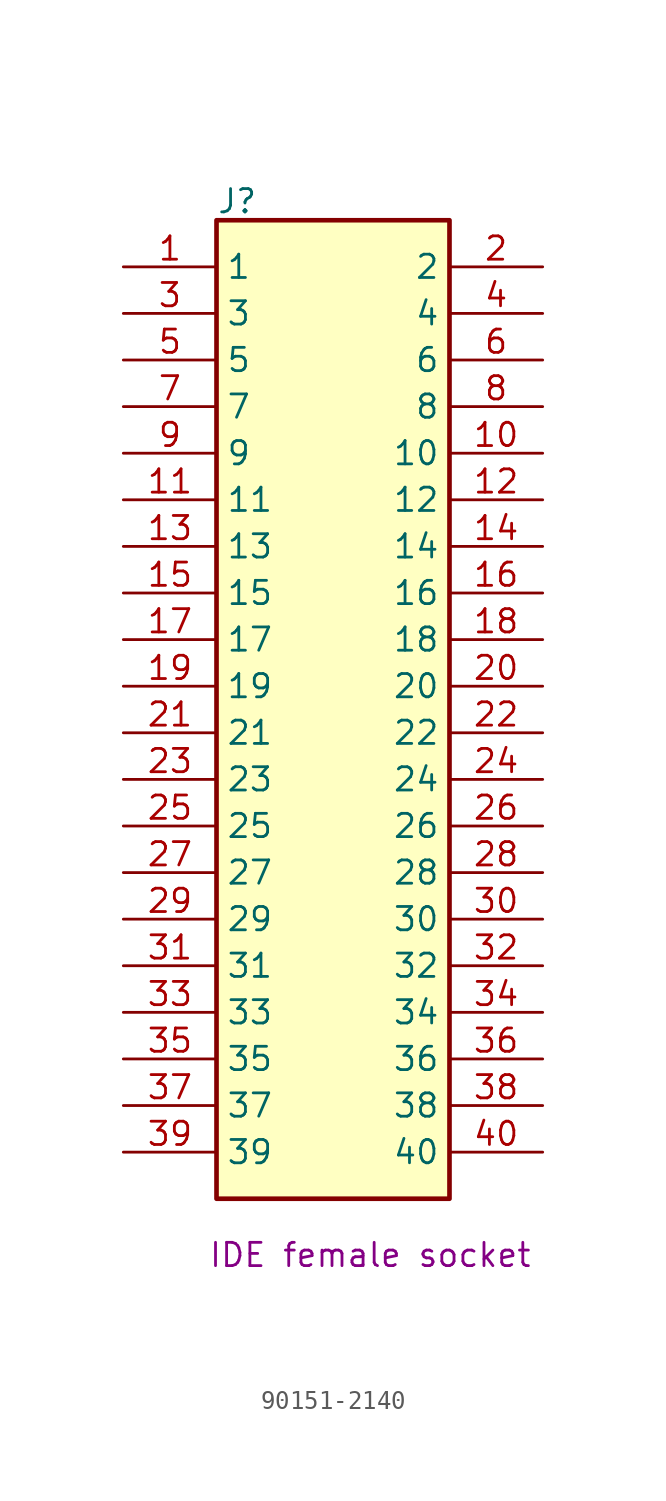
<source format=kicad_sym>
(kicad_symbol_lib
  (version 20231120)
  (generator "kicad_symbol_editor")
  (generator_version "8.0")
  (symbol "90151-2140"
    (property "Reference" "J"
      (at 5.08 4.318 0)
      (effects (font (size 1.27 1.27)) (justify left top)))
    (property "Description" "IDE female socket"
      (at 13.462 -54.61 0)
      (effects (font (size 1.27 1.27)) (justify bottom)))
    (symbol "90151-2140_1_1"
      (rectangle (start 5.08 2.54) (end 17.78 -50.8) (stroke (width 0.254) (type default)) (fill (type background)))
      (pin passive line (at 0 0 0) (length 5.08) (name "1" (effects (font (size 1.27 1.27)))) (number "1" (effects (font (size 1.27 1.27)))))
      (pin passive line (at 22.86 -10.16 180) (length 5.08) (name "10" (effects (font (size 1.27 1.27)))) (number "10" (effects (font (size 1.27 1.27)))))
      (pin passive line (at 0 -12.7 0) (length 5.08) (name "11" (effects (font (size 1.27 1.27)))) (number "11" (effects (font (size 1.27 1.27)))))
      (pin passive line (at 22.86 -12.7 180) (length 5.08) (name "12" (effects (font (size 1.27 1.27)))) (number "12" (effects (font (size 1.27 1.27)))))
      (pin passive line (at 0 -15.24 0) (length 5.08) (name "13" (effects (font (size 1.27 1.27)))) (number "13" (effects (font (size 1.27 1.27)))))
      (pin passive line (at 22.86 -15.24 180) (length 5.08) (name "14" (effects (font (size 1.27 1.27)))) (number "14" (effects (font (size 1.27 1.27)))))
      (pin passive line (at 0 -17.78 0) (length 5.08) (name "15" (effects (font (size 1.27 1.27)))) (number "15" (effects (font (size 1.27 1.27)))))
      (pin passive line (at 22.86 -17.78 180) (length 5.08) (name "16" (effects (font (size 1.27 1.27)))) (number "16" (effects (font (size 1.27 1.27)))))
      (pin passive line (at 0 -20.32 0) (length 5.08) (name "17" (effects (font (size 1.27 1.27)))) (number "17" (effects (font (size 1.27 1.27)))))
      (pin passive line (at 22.86 -20.32 180) (length 5.08) (name "18" (effects (font (size 1.27 1.27)))) (number "18" (effects (font (size 1.27 1.27)))))
      (pin passive line (at 0 -22.86 0) (length 5.08) (name "19" (effects (font (size 1.27 1.27)))) (number "19" (effects (font (size 1.27 1.27)))))
      (pin passive line (at 22.86 0 180) (length 5.08) (name "2" (effects (font (size 1.27 1.27)))) (number "2" (effects (font (size 1.27 1.27)))))
      (pin passive line (at 22.86 -22.86 180) (length 5.08) (name "20" (effects (font (size 1.27 1.27)))) (number "20" (effects (font (size 1.27 1.27)))))
      (pin passive line (at 0 -25.4 0) (length 5.08) (name "21" (effects (font (size 1.27 1.27)))) (number "21" (effects (font (size 1.27 1.27)))))
      (pin passive line (at 22.86 -25.4 180) (length 5.08) (name "22" (effects (font (size 1.27 1.27)))) (number "22" (effects (font (size 1.27 1.27)))))
      (pin passive line (at 0 -27.94 0) (length 5.08) (name "23" (effects (font (size 1.27 1.27)))) (number "23" (effects (font (size 1.27 1.27)))))
      (pin passive line (at 22.86 -27.94 180) (length 5.08) (name "24" (effects (font (size 1.27 1.27)))) (number "24" (effects (font (size 1.27 1.27)))))
      (pin passive line (at 0 -30.48 0) (length 5.08) (name "25" (effects (font (size 1.27 1.27)))) (number "25" (effects (font (size 1.27 1.27)))))
      (pin passive line (at 22.86 -30.48 180) (length 5.08) (name "26" (effects (font (size 1.27 1.27)))) (number "26" (effects (font (size 1.27 1.27)))))
      (pin passive line (at 0 -33.02 0) (length 5.08) (name "27" (effects (font (size 1.27 1.27)))) (number "27" (effects (font (size 1.27 1.27)))))
      (pin passive line (at 22.86 -33.02 180) (length 5.08) (name "28" (effects (font (size 1.27 1.27)))) (number "28" (effects (font (size 1.27 1.27)))))
      (pin passive line (at 0 -35.56 0) (length 5.08) (name "29" (effects (font (size 1.27 1.27)))) (number "29" (effects (font (size 1.27 1.27)))))
      (pin passive line (at 0 -2.54 0) (length 5.08) (name "3" (effects (font (size 1.27 1.27)))) (number "3" (effects (font (size 1.27 1.27)))))
      (pin passive line (at 22.86 -35.56 180) (length 5.08) (name "30" (effects (font (size 1.27 1.27)))) (number "30" (effects (font (size 1.27 1.27)))))
      (pin passive line (at 0 -38.1 0) (length 5.08) (name "31" (effects (font (size 1.27 1.27)))) (number "31" (effects (font (size 1.27 1.27)))))
      (pin passive line (at 22.86 -38.1 180) (length 5.08) (name "32" (effects (font (size 1.27 1.27)))) (number "32" (effects (font (size 1.27 1.27)))))
      (pin passive line (at 0 -40.64 0) (length 5.08) (name "33" (effects (font (size 1.27 1.27)))) (number "33" (effects (font (size 1.27 1.27)))))
      (pin passive line (at 22.86 -40.64 180) (length 5.08) (name "34" (effects (font (size 1.27 1.27)))) (number "34" (effects (font (size 1.27 1.27)))))
      (pin passive line (at 0 -43.18 0) (length 5.08) (name "35" (effects (font (size 1.27 1.27)))) (number "35" (effects (font (size 1.27 1.27)))))
      (pin passive line (at 22.86 -43.18 180) (length 5.08) (name "36" (effects (font (size 1.27 1.27)))) (number "36" (effects (font (size 1.27 1.27)))))
      (pin passive line (at 0 -45.72 0) (length 5.08) (name "37" (effects (font (size 1.27 1.27)))) (number "37" (effects (font (size 1.27 1.27)))))
      (pin passive line (at 22.86 -45.72 180) (length 5.08) (name "38" (effects (font (size 1.27 1.27)))) (number "38" (effects (font (size 1.27 1.27)))))
      (pin passive line (at 0 -48.26 0) (length 5.08) (name "39" (effects (font (size 1.27 1.27)))) (number "39" (effects (font (size 1.27 1.27)))))
      (pin passive line (at 22.86 -2.54 180) (length 5.08) (name "4" (effects (font (size 1.27 1.27)))) (number "4" (effects (font (size 1.27 1.27)))))
      (pin passive line (at 22.86 -48.26 180) (length 5.08) (name "40" (effects (font (size 1.27 1.27)))) (number "40" (effects (font (size 1.27 1.27)))))
      (pin passive line (at 0 -5.08 0) (length 5.08) (name "5" (effects (font (size 1.27 1.27)))) (number "5" (effects (font (size 1.27 1.27)))))
      (pin passive line (at 22.86 -5.08 180) (length 5.08) (name "6" (effects (font (size 1.27 1.27)))) (number "6" (effects (font (size 1.27 1.27)))))
      (pin passive line (at 0 -7.62 0) (length 5.08) (name "7" (effects (font (size 1.27 1.27)))) (number "7" (effects (font (size 1.27 1.27)))))
      (pin passive line (at 22.86 -7.62 180) (length 5.08) (name "8" (effects (font (size 1.27 1.27)))) (number "8" (effects (font (size 1.27 1.27)))))
      (pin passive line (at 0 -10.16 0) (length 5.08) (name "9" (effects (font (size 1.27 1.27)))) (number "9" (effects (font (size 1.27 1.27))))))))
</source>
